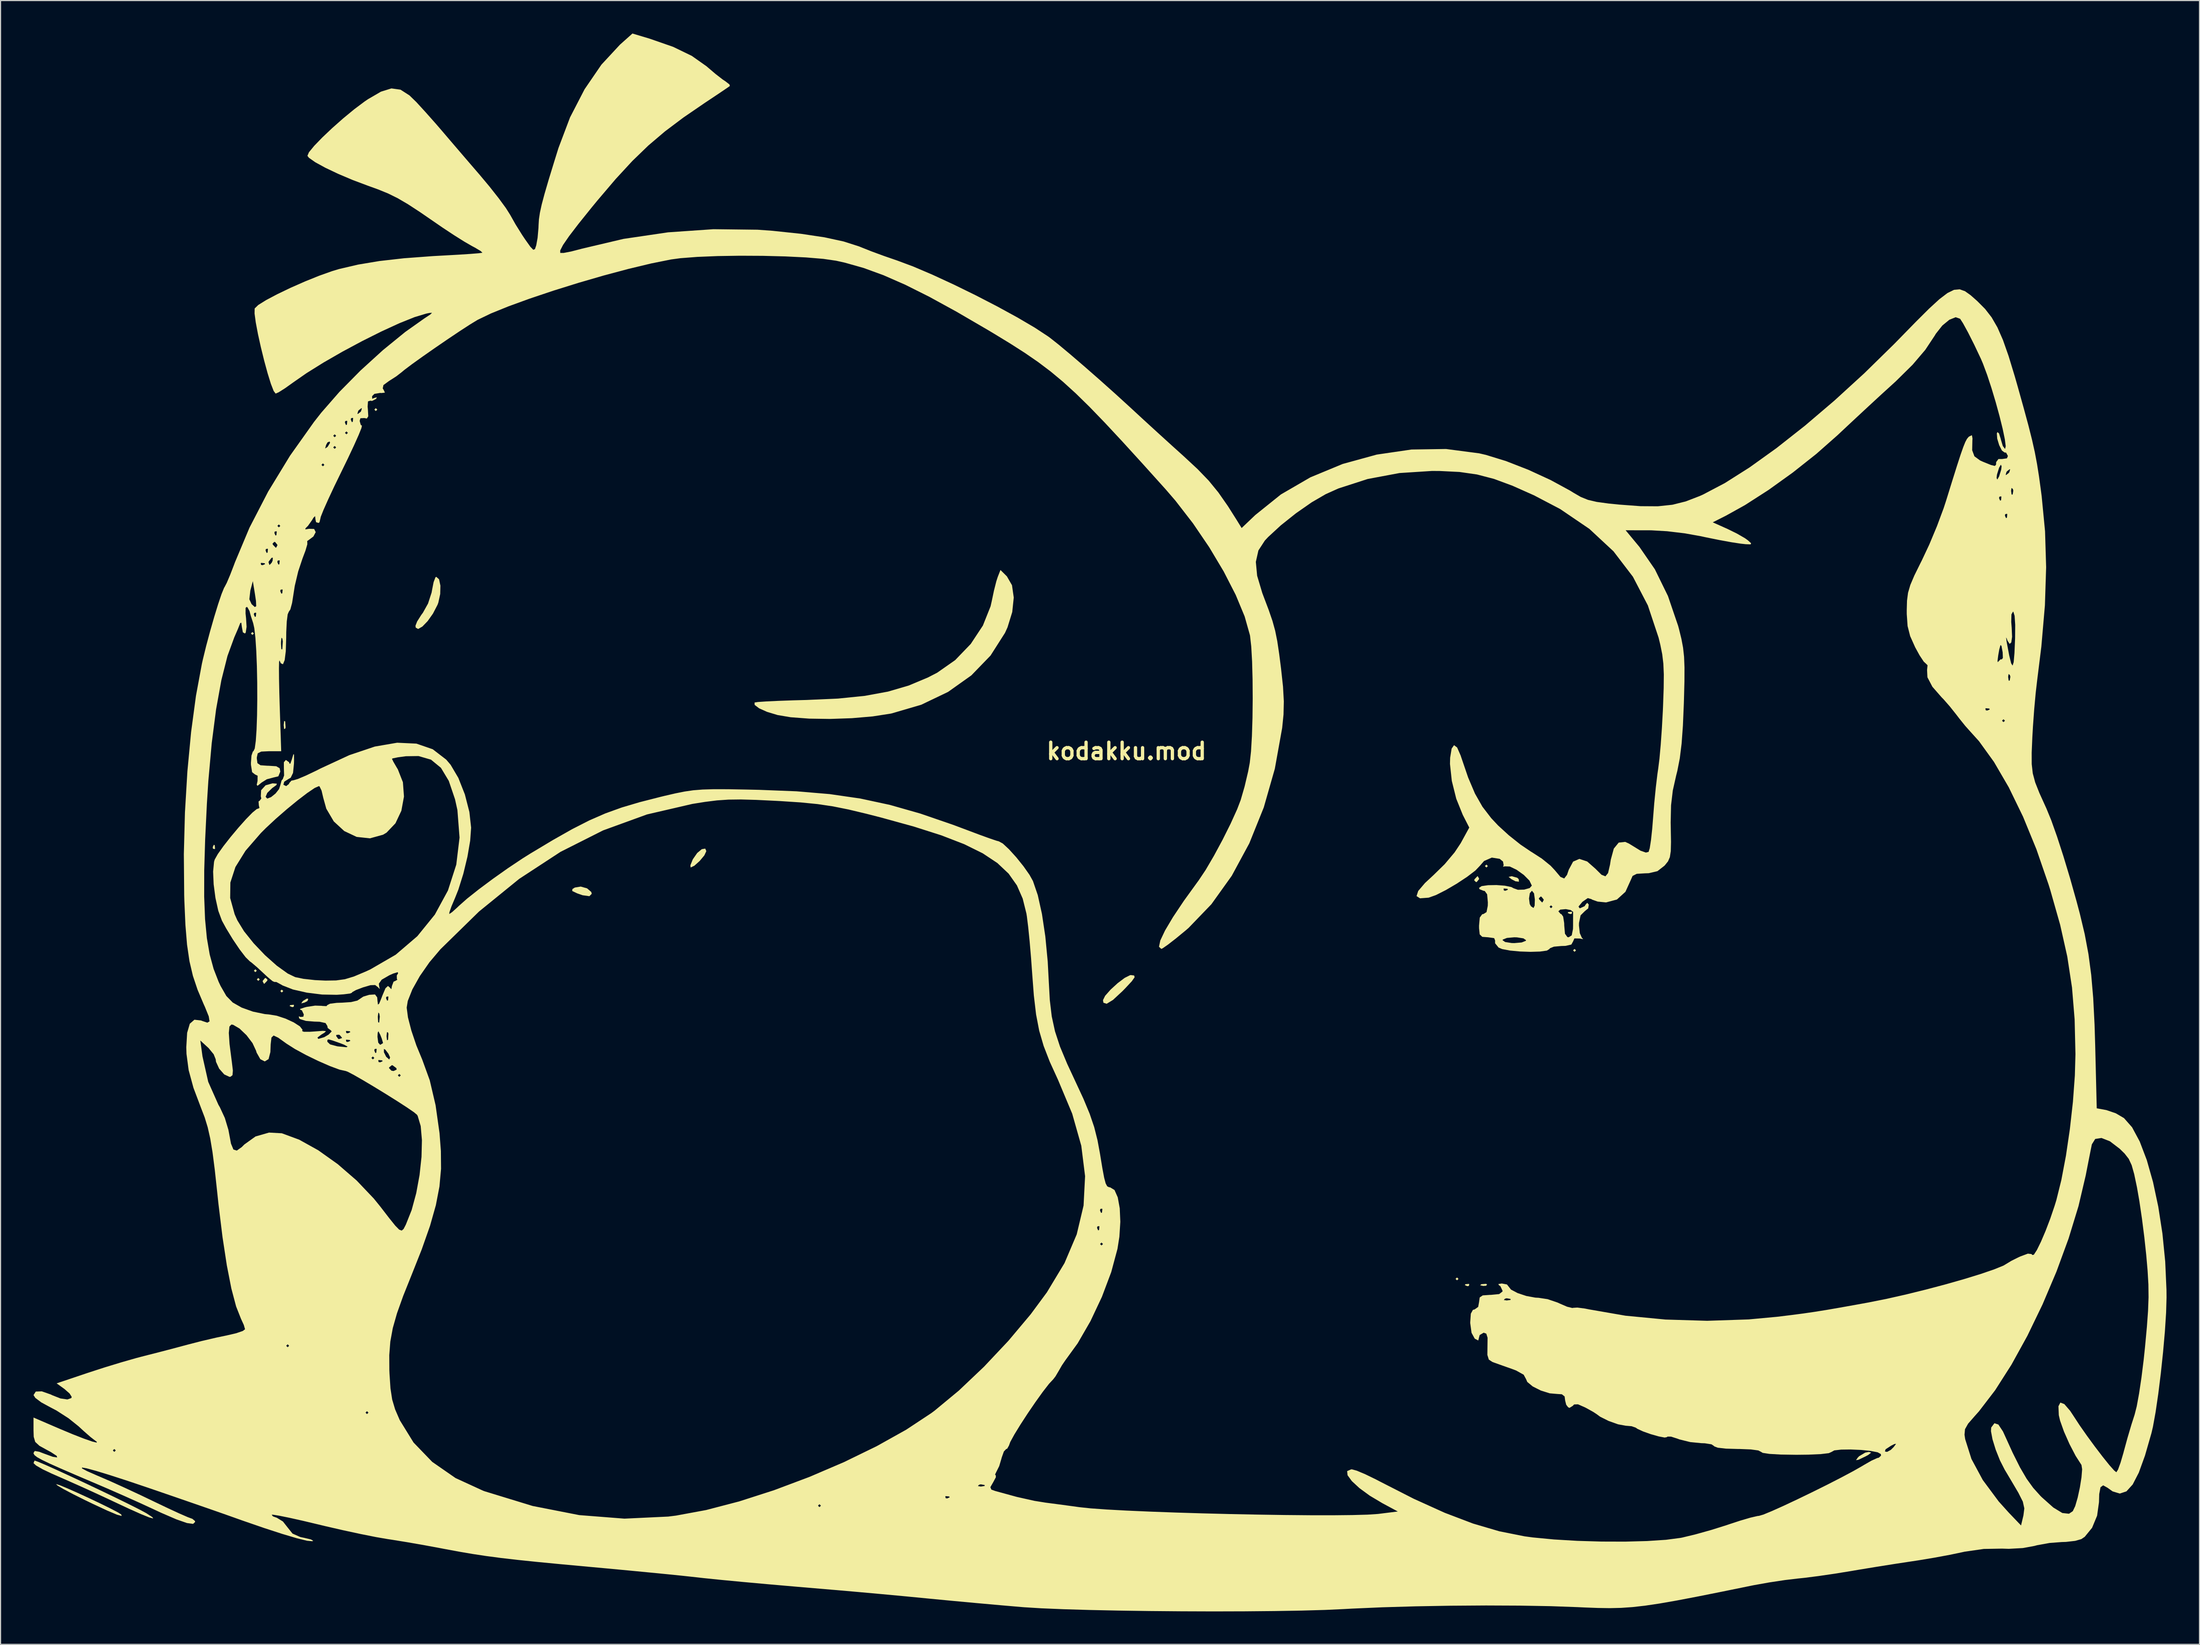
<source format=kicad_pcb>
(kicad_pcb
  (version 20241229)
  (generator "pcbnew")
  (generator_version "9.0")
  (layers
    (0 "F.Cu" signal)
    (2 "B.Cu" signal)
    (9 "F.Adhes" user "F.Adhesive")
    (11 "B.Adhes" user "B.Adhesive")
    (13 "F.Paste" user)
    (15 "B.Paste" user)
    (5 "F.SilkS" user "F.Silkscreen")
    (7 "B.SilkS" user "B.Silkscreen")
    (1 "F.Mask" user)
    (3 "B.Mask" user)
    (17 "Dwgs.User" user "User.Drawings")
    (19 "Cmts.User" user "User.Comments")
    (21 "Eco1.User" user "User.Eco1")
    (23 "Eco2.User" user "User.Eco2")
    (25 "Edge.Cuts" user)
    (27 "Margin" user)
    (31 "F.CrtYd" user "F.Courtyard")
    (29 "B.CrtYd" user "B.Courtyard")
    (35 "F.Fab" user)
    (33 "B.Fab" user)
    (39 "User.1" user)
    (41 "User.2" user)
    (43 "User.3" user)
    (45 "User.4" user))
  (footprint "kodakku.mod"
    (layer "F.Cu")
    (at 99.461 65.315)
    (property "Reference" "kodakku.mod" (at 0 0 0) (layer "F.SilkS") (effects (font (size 1.5 1.5) (thickness 0.3))))
    (attr board_only exclude_from_pos_files exclude_from_bom)
    (fp_poly (pts (xy -79.408 -10.716) (xy -79.542 -10.583) (xy -79.676 -10.716) (xy -79.542 -10.848)) (stroke (width 0) (type solid)) (fill yes) (layer "F.SilkS"))
    (fp_poly (pts (xy -79.141 19.976) (xy -79.275 20.108) (xy -79.408 19.976) (xy -79.275 19.844)) (stroke (width 0) (type solid)) (fill yes) (layer "F.SilkS"))
    (fp_poly (pts (xy -78.874 20.77) (xy -79.007 20.902) (xy -79.141 20.77) (xy -79.007 20.637)) (stroke (width 0) (type solid)) (fill yes) (layer "F.SilkS"))
    (fp_poly (pts (xy -76.735 21.828) (xy -76.868 21.96) (xy -77.002 21.828) (xy -76.868 21.696)) (stroke (width 0) (type solid)) (fill yes) (layer "F.SilkS"))
    (fp_poly (pts (xy -68.179 -31.089) (xy -68.313 -30.956) (xy -68.446 -31.089) (xy -68.313 -31.221)) (stroke (width 0) (type solid)) (fill yes) (layer "F.SilkS"))
    (fp_poly (pts (xy 30.213 48.022) (xy 30.079 48.154) (xy 29.945 48.022) (xy 30.079 47.89)) (stroke (width 0) (type solid)) (fill yes) (layer "F.SilkS"))
    (fp_poly (pts (xy 32.886 10.451) (xy 32.753 10.583) (xy 32.619 10.451) (xy 32.753 10.319)) (stroke (width 0) (type solid)) (fill yes) (layer "F.SilkS"))
    (fp_poly (pts (xy 40.907 18.124) (xy 40.774 18.256) (xy 40.64 18.124) (xy 40.774 17.992)) (stroke (width 0) (type solid)) (fill yes) (layer "F.SilkS"))
    (fp_poly (pts (xy -82.973 8.555) (xy -82.941 8.869) (xy -82.973 8.908) (xy -83.132 8.871) (xy -83.152 8.731) (xy -83.054 8.513)) (stroke (width 0) (type solid)) (fill yes) (layer "F.SilkS"))
    (fp_poly (pts (xy -76.558 -2.712) (xy -76.522 -2.17) (xy -76.558 -2.051) (xy -76.655 -2.017) (xy -76.693 -2.381) (xy -76.651 -2.757)) (stroke (width 0) (type solid)) (fill yes) (layer "F.SilkS"))
    (fp_poly (pts (xy -75.754 23.107) (xy -75.791 23.264) (xy -75.933 23.283) (xy -76.153 23.187) (xy -76.111 23.107) (xy -75.794 23.075)) (stroke (width 0) (type solid)) (fill yes) (layer "F.SilkS"))
    (fp_poly (pts (xy 31.193 48.507) (xy 31.156 48.664) (xy 31.015 48.683) (xy 30.795 48.587) (xy 30.836 48.507) (xy 31.154 48.475)) (stroke (width 0) (type solid)) (fill yes) (layer "F.SilkS"))
    (fp_poly (pts (xy 32.814 48.523) (xy 32.734 48.644) (xy 32.463 48.662) (xy 32.178 48.598) (xy 32.301 48.503) (xy 32.719 48.471)) (stroke (width 0) (type solid)) (fill yes) (layer "F.SilkS"))
    (fp_poly (pts (xy 40.551 14.64) (xy 40.514 14.798) (xy 40.373 14.817) (xy 40.153 14.72) (xy 40.194 14.64) (xy 40.512 14.609)) (stroke (width 0) (type solid)) (fill yes) (layer "F.SilkS"))
    (fp_poly (pts (xy -74.455 22.541) (xy -74.535 22.737) (xy -74.785 22.869) (xy -75.097 22.95) (xy -74.969 22.756) (xy -74.934 22.721) (xy -74.584 22.512)) (stroke (width 0) (type solid)) (fill yes) (layer "F.SilkS"))
    (fp_poly (pts (xy -78.163 20.8) (xy -78.205 20.902) (xy -78.446 21.154) (xy -78.488 21.167) (xy -78.603 20.962) (xy -78.606 20.902) (xy -78.401 20.648) (xy -78.323 20.637)) (stroke (width 0) (type solid)) (fill yes) (layer "F.SilkS"))
    (fp_poly (pts (xy 32.081 11.582) (xy 32.084 11.642) (xy 31.879 11.896) (xy 31.801 11.906) (xy 31.641 11.744) (xy 31.683 11.642) (xy 31.923 11.389) (xy 31.966 11.377)) (stroke (width 0) (type solid)) (fill yes) (layer "F.SilkS"))
    (fp_poly (pts (xy 35.56 11.516) (xy 35.694 11.642) (xy 35.715 11.875) (xy 35.396 11.837) (xy 35.025 11.642) (xy 34.775 11.436) (xy 35.016 11.382) (xy 35.076 11.381)) (stroke (width 0) (type solid)) (fill yes) (layer "F.SilkS"))
    (fp_poly (pts (xy 67.767 63.832) (xy 67.499 64.045) (xy 67.279 64.163) (xy 66.619 64.48) (xy 66.387 64.519) (xy 66.553 64.281) (xy 66.67 64.161) (xy 67.224 63.831) (xy 67.558 63.766)) (stroke (width 0) (type solid)) (fill yes) (layer "F.SilkS"))
    (fp_poly (pts (xy -49.087 12.48) (xy -48.706 12.807) (xy -48.661 12.974) (xy -48.874 13.194) (xy -49.499 13.106) (xy -49.998 12.931) (xy -50.44 12.718) (xy -50.42 12.545) (xy -50.202 12.407) (xy -49.664 12.318)) (stroke (width 0) (type solid)) (fill yes) (layer "F.SilkS"))
    (fp_poly (pts (xy -38.234 9.09) (xy -38.415 9.481) (xy -38.838 9.987) (xy -39.32 10.418) (xy -39.661 10.583) (xy -39.685 10.382) (xy -39.488 9.89) (xy -39.454 9.822) (xy -39.065 9.262) (xy -38.651 8.917) (xy -38.335 8.861)) (stroke (width 0) (type solid)) (fill yes) (layer "F.SilkS"))
    (fp_poly (pts (xy 0.7 20.411) (xy 0.741 20.573) (xy 0.486 20.934) (xy -0.103 21.566) (xy -0.363 21.832) (xy -1.226 22.632) (xy -1.804 22.984) (xy -2.098 22.889) (xy -2.139 22.653) (xy -1.942 22.257) (xy -1.448 21.699) (xy -0.807 21.112) (xy -0.165 20.629) (xy 0.328 20.382) (xy 0.402 20.373)) (stroke (width 0) (type solid)) (fill yes) (layer "F.SilkS"))
    (fp_poly (pts (xy -97.069 66.799) (xy -96.382 67.083) (xy -95.457 67.493) (xy -94.415 67.972) (xy -93.375 68.465) (xy -92.458 68.916) (xy -91.783 69.269) (xy -91.476 69.462) (xy -91.439 69.599) (xy -91.865 69.48) (xy -92.755 69.105) (xy -94.111 68.473) (xy -94.782 68.149) (xy -95.872 67.605) (xy -96.726 67.153) (xy -97.265 66.836) (xy -97.41 66.699) (xy -97.398 66.696)) (stroke (width 0) (type solid)) (fill yes) (layer "F.SilkS"))
    (fp_poly (pts (xy -62.557 -15.646) (xy -62.433 -15.067) (xy -62.452 -14.304) (xy -62.622 -13.522) (xy -62.695 -13.326) (xy -63.111 -12.523) (xy -63.596 -11.838) (xy -64.072 -11.347) (xy -64.459 -11.125) (xy -64.68 -11.247) (xy -64.703 -11.418) (xy -64.552 -11.807) (xy -64.175 -12.403) (xy -64.031 -12.595) (xy -63.559 -13.44) (xy -63.234 -14.44) (xy -63.193 -14.671) (xy -63.053 -15.385) (xy -62.889 -15.816) (xy -62.816 -15.875)) (stroke (width 0) (type solid)) (fill yes) (layer "F.SilkS"))
    (fp_poly (pts (xy -99.033 64.669) (xy -98.321 64.972) (xy -97.308 65.427) (xy -96.083 65.991) (xy -94.734 66.621) (xy -93.351 67.277) (xy -92.022 67.916) (xy -90.838 68.497) (xy -89.885 68.976) (xy -89.254 69.313) (xy -89.167 69.364) (xy -88.644 69.707) (xy -88.572 69.826) (xy -88.923 69.732) (xy -89.667 69.432) (xy -90.776 68.938) (xy -91.44 68.628) (xy -92.872 67.956) (xy -94.056 67.409) (xy -95.182 66.898) (xy -96.44 66.339) (xy -97.79 65.747) (xy -98.627 65.35) (xy -99.226 65.006) (xy -99.461 64.789) (xy -99.461 64.787) (xy -99.368 64.56) (xy -99.355 64.558)) (stroke (width 0) (type solid)) (fill yes) (layer "F.SilkS"))
    (fp_poly (pts (xy -10.881 -15.912) (xy -10.418 -15.106) (xy -10.258 -13.985) (xy -10.395 -12.667) (xy -10.827 -11.27) (xy -11.055 -10.769) (xy -12.37 -8.707) (xy -14.115 -6.904) (xy -16.235 -5.398) (xy -18.674 -4.23) (xy -21.375 -3.439) (xy -21.463 -3.421) (xy -23.103 -3.167) (xy -24.991 -3.006) (xy -26.967 -2.938) (xy -28.875 -2.966) (xy -30.557 -3.092) (xy -31.741 -3.29) (xy -32.698 -3.577) (xy -33.431 -3.905) (xy -33.838 -4.217) (xy -33.845 -4.431) (xy -33.55 -4.478) (xy -32.809 -4.529) (xy -31.713 -4.581) (xy -30.35 -4.63) (xy -29.11 -4.664) (xy -26.243 -4.791) (xy -23.804 -5.039) (xy -21.695 -5.427) (xy -19.817 -5.977) (xy -18.074 -6.708) (xy -17.223 -7.147) (xy -15.591 -8.289) (xy -14.174 -9.76) (xy -13.067 -11.435) (xy -12.367 -13.188) (xy -12.26 -13.661) (xy -12.057 -14.625) (xy -11.844 -15.464) (xy -11.718 -15.853) (xy -11.468 -16.493)) (stroke (width 0) (type solid)) (fill yes) (layer "F.SilkS"))
    (fp_poly (pts (xy -43.4 -64.848) (xy -41.254 -64.102) (xy -39.555 -63.278) (xy -38.214 -62.332) (xy -38.11 -62.241) (xy -37.389 -61.628) (xy -36.751 -61.134) (xy -36.478 -60.951) (xy -36.126 -60.676) (xy -36.095 -60.537) (xy -36.362 -60.349) (xy -36.969 -59.938) (xy -37.813 -59.374) (xy -38.367 -59.006) (xy -40.316 -57.672) (xy -41.996 -56.409) (xy -43.513 -55.12) (xy -44.974 -53.707) (xy -46.483 -52.072) (xy -48.146 -50.118) (xy -48.661 -49.492) (xy -49.861 -48) (xy -50.725 -46.87) (xy -51.275 -46.071) (xy -51.532 -45.571) (xy -51.527 -45.346) (xy -51.22 -45.346) (xy -50.544 -45.476) (xy -49.639 -45.709) (xy -49.556 -45.733) (xy -45.773 -46.624) (xy -41.723 -47.221) (xy -37.594 -47.506) (xy -33.576 -47.46) (xy -32.218 -47.362) (xy -29.614 -47.087) (xy -27.478 -46.767) (xy -25.743 -46.39) (xy -24.343 -45.943) (xy -24.052 -45.825) (xy -23.185 -45.481) (xy -22.049 -45.064) (xy -20.886 -44.662) (xy -20.85 -44.65) (xy -19.401 -44.109) (xy -17.655 -43.364) (xy -15.723 -42.472) (xy -13.716 -41.489) (xy -11.743 -40.469) (xy -9.915 -39.469) (xy -8.341 -38.544) (xy -7.133 -37.75) (xy -6.952 -37.618) (xy -6.166 -36.996) (xy -5.086 -36.094) (xy -3.806 -34.995) (xy -2.421 -33.781) (xy -1.027 -32.536) (xy 0.282 -31.342) (xy 0.539 -31.105) (xy 1.568 -30.155) (xy 2.825 -29.005) (xy 4.139 -27.81) (xy 5.184 -26.868) (xy 6.472 -25.673) (xy 7.486 -24.622) (xy 8.36 -23.553) (xy 9.231 -22.304) (xy 10.012 -21.07) (xy 10.48 -20.312) (xy 11.724 -21.496) (xy 14.055 -23.369) (xy 16.738 -24.926) (xy 19.677 -26.143) (xy 22.777 -26.995) (xy 25.942 -27.457) (xy 29.077 -27.504) (xy 32.087 -27.111) (xy 32.708 -26.967) (xy 34.541 -26.403) (xy 36.575 -25.61) (xy 38.59 -24.683) (xy 40.364 -23.718) (xy 40.69 -23.516) (xy 41.343 -23.139) (xy 41.994 -22.876) (xy 42.789 -22.689) (xy 43.873 -22.541) (xy 44.84 -22.444) (xy 46.784 -22.3) (xy 48.348 -22.29) (xy 49.672 -22.429) (xy 50.897 -22.734) (xy 52.165 -23.223) (xy 52.472 -23.36) (xy 54.456 -24.404) (xy 56.701 -25.827) (xy 59.15 -27.583) (xy 61.746 -29.628) (xy 64.431 -31.916) (xy 67.148 -34.401) (xy 69.84 -37.038) (xy 70.323 -37.531) (xy 71.833 -39.077) (xy 73.03 -40.269) (xy 73.971 -41.133) (xy 74.712 -41.698) (xy 75.309 -41.989) (xy 75.821 -42.036) (xy 76.303 -41.865) (xy 76.813 -41.504) (xy 77.407 -40.979) (xy 77.433 -40.955) (xy 78.134 -40.251) (xy 78.729 -39.485) (xy 79.257 -38.571) (xy 79.759 -37.427) (xy 80.272 -35.969) (xy 80.837 -34.113) (xy 81.109 -33.162) (xy 81.657 -31.199) (xy 82.082 -29.63) (xy 82.407 -28.34) (xy 82.659 -27.215) (xy 82.862 -26.139) (xy 83.042 -24.999) (xy 83.222 -23.679) (xy 83.284 -23.204) (xy 83.591 -20.017) (xy 83.69 -16.747) (xy 83.579 -13.285) (xy 83.255 -9.526) (xy 82.877 -6.482) (xy 82.74 -5.303) (xy 82.604 -3.817) (xy 82.49 -2.246) (xy 82.434 -1.258) (xy 82.375 0.132) (xy 82.378 1.17) (xy 82.474 2.018) (xy 82.695 2.84) (xy 83.075 3.799) (xy 83.645 5.057) (xy 83.716 5.212) (xy 84.156 6.286) (xy 84.684 7.772) (xy 85.265 9.565) (xy 85.867 11.56) (xy 86.456 13.654) (xy 86.762 14.807) (xy 87.201 16.65) (xy 87.54 18.459) (xy 87.793 20.356) (xy 87.974 22.461) (xy 88.097 24.893) (xy 88.154 26.766) (xy 88.295 32.497) (xy 89.172 32.659) (xy 90.027 32.95) (xy 90.775 33.388) (xy 91.511 34.224) (xy 92.207 35.519) (xy 92.848 37.203) (xy 93.417 39.208) (xy 93.897 41.462) (xy 94.273 43.896) (xy 94.526 46.44) (xy 94.641 49.026) (xy 94.647 49.718) (xy 94.607 51.095) (xy 94.498 52.787) (xy 94.333 54.664) (xy 94.128 56.599) (xy 93.897 58.464) (xy 93.653 60.131) (xy 93.411 61.47) (xy 93.277 62.045) (xy 92.686 64.1) (xy 92.123 65.654) (xy 91.567 66.731) (xy 90.998 67.357) (xy 90.395 67.558) (xy 89.739 67.359) (xy 89.279 67.031) (xy 88.882 66.808) (xy 88.638 66.984) (xy 88.521 67.605) (xy 88.499 68.342) (xy 88.329 69.569) (xy 87.871 70.674) (xy 87.204 71.492) (xy 86.888 71.705) (xy 86.331 71.863) (xy 85.496 71.958) (xy 85.108 71.97) (xy 84.007 72.053) (xy 82.873 72.257) (xy 82.617 72.325) (xy 81.567 72.517) (xy 80.294 72.587) (xy 79.676 72.568) (xy 78.016 72.597) (xy 76.278 72.846) (xy 76.066 72.893) (xy 74.931 73.131) (xy 73.511 73.394) (xy 72.05 73.637) (xy 71.521 73.717) (xy 70.034 73.942) (xy 68.302 74.216) (xy 66.609 74.494) (xy 65.906 74.614) (xy 64.468 74.847) (xy 62.993 75.062) (xy 61.697 75.227) (xy 61.094 75.29) (xy 59.917 75.429) (xy 58.49 75.645) (xy 57.085 75.896) (xy 56.816 75.95) (xy 54.134 76.497) (xy 51.903 76.942) (xy 50.053 77.295) (xy 48.51 77.564) (xy 47.203 77.759) (xy 46.061 77.888) (xy 45.011 77.961) (xy 43.982 77.985) (xy 42.903 77.969) (xy 41.702 77.924) (xy 41.041 77.893) (xy 38.617 77.806) (xy 35.796 77.756) (xy 32.715 77.743) (xy 29.511 77.764) (xy 26.32 77.82) (xy 23.28 77.908) (xy 20.526 78.028) (xy 19.785 78.069) (xy 18.066 78.148) (xy 15.935 78.208) (xy 13.476 78.25) (xy 10.776 78.274) (xy 7.918 78.282) (xy 4.989 78.272) (xy 2.074 78.248) (xy -0.744 78.207) (xy -3.378 78.152) (xy -5.743 78.082) (xy -7.755 77.999) (xy -9.328 77.902) (xy -9.492 77.889) (xy -11.4 77.725) (xy -13.593 77.529) (xy -15.822 77.323) (xy -17.839 77.13) (xy -18.181 77.097) (xy -20.111 76.91) (xy -22.282 76.708) (xy -24.454 76.512) (xy -26.385 76.343) (xy -26.737 76.314) (xy -29.942 76.042) (xy -32.666 75.805) (xy -34.962 75.597) (xy -36.881 75.414) (xy -38.478 75.251) (xy -39.571 75.129) (xy -40.469 75.032) (xy -41.798 74.897) (xy -43.456 74.735) (xy -45.34 74.554) (xy -47.349 74.366) (xy -48.928 74.221) (xy -51.511 73.983) (xy -53.649 73.777) (xy -55.431 73.592) (xy -56.943 73.417) (xy -58.275 73.241) (xy -59.515 73.053) (xy -60.751 72.842) (xy -62.07 72.597) (xy -62.431 72.528) (xy -63.881 72.259) (xy -65.434 71.988) (xy -66.826 71.762) (xy -67.243 71.699) (xy -68.283 71.52) (xy -69.682 71.241) (xy -71.283 70.896) (xy -72.93 70.517) (xy -73.525 70.374) (xy -74.936 70.038) (xy -76.156 69.765) (xy -77.095 69.574) (xy -77.664 69.482) (xy -77.791 69.484) (xy -77.671 69.633) (xy -77.314 69.762) (xy -76.763 70.101) (xy -76.329 70.653) (xy -75.89 71.201) (xy -75.183 71.513) (xy -74.802 71.594) (xy -74.214 71.733) (xy -74.012 71.853) (xy -74.09 71.895) (xy -74.566 71.852) (xy -75.492 71.626) (xy -76.821 71.231) (xy -78.507 70.682) (xy -80.501 69.994) (xy -81.28 69.716) (xy -82.138 69.412) (xy -83.392 68.974) (xy -84.936 68.439) (xy -86.66 67.843) (xy -88.456 67.226) (xy -89.014 67.035) (xy -90.952 66.382) (xy -92.548 65.866) (xy -93.777 65.491) (xy -94.619 65.263) (xy -95.05 65.188) (xy -95.048 65.27) (xy -94.59 65.515) (xy -93.653 65.927) (xy -93.427 66.022) (xy -92.439 66.45) (xy -91.146 67.036) (xy -89.72 67.7) (xy -88.423 68.321) (xy -87.229 68.891) (xy -86.202 69.365) (xy -85.439 69.698) (xy -85.039 69.846) (xy -85.014 69.85) (xy -84.768 70.055) (xy -84.756 70.143) (xy -84.938 70.317) (xy -85.499 70.24) (xy -86.463 69.904) (xy -87.852 69.303) (xy -88.499 69.002) (xy -89.735 68.432) (xy -91.239 67.757) (xy -92.787 67.079) (xy -93.713 66.682) (xy -95.552 65.898) (xy -96.957 65.291) (xy -97.983 64.833) (xy -98.688 64.494) (xy -99.13 64.248) (xy -99.366 64.066) (xy -99.454 63.919) (xy -99.461 63.861) (xy -99.349 63.682) (xy -98.94 63.754) (xy -98.534 63.91) (xy -97.71 64.21) (xy -97.309 64.273) (xy -97.357 64.123) (xy -97.88 63.782) (xy -98.159 63.632) (xy -92.242 63.632) (xy -92.108 63.765) (xy -91.975 63.632) (xy -92.108 63.5) (xy -92.242 63.632) (xy -98.159 63.632) (xy -98.191 63.615) (xy -98.929 63.207) (xy -99.306 62.857) (xy -99.443 62.392) (xy -99.461 61.8) (xy -99.461 60.639) (xy -97.122 61.647) (xy -95.889 62.163) (xy -94.868 62.561) (xy -94.122 62.821) (xy -93.714 62.921) (xy -93.705 62.841) (xy -93.846 62.742) (xy -94.256 62.425) (xy -94.884 61.877) (xy -95.365 61.434) (xy -96.276 60.704) (xy -97.071 60.193) (xy -69.248 60.193) (xy -69.115 60.325) (xy -68.981 60.193) (xy -69.115 60.06) (xy -69.248 60.193) (xy -97.071 60.193) (xy -97.371 60) (xy -97.972 59.684) (xy -98.756 59.258) (xy -99.295 58.853) (xy -99.461 58.597) (xy -99.257 58.275) (xy -98.706 58.255) (xy -97.899 58.538) (xy -97.759 58.607) (xy -97.009 58.902) (xy -96.379 58.993) (xy -96.02 58.868) (xy -95.985 58.76) (xy -96.181 58.449) (xy -96.653 58.035) (xy -96.671 58.023) (xy -97.357 57.528) (xy -94.465 56.555) (xy -93.022 56.087) (xy -91.493 55.621) (xy -90.105 55.224) (xy -89.435 55.048) (xy -89.085 54.959) (xy -67.087 54.959) (xy -67.08 56.311) (xy -67.066 56.648) (xy -66.978 57.984) (xy -66.823 58.998) (xy -66.555 59.896) (xy -66.13 60.881) (xy -64.876 62.914) (xy -63.176 64.676) (xy -61.057 66.146) (xy -58.546 67.3) (xy -58.424 67.345) (xy -54.044 68.686) (xy -49.8 69.518) (xy -45.688 69.84) (xy -41.704 69.652) (xy -40.994 69.563) (xy -38.253 69.057) (xy -36.73 68.659) (xy -28.074 68.659) (xy -27.94 68.792) (xy -27.806 68.659) (xy -27.94 68.527) (xy -28.074 68.659) (xy -36.73 68.659) (xy -35.241 68.271) (xy -33.844 67.822) (xy -16.488 67.822) (xy -16.451 67.979) (xy -16.309 67.998) (xy -16.089 67.901) (xy -16.131 67.822) (xy -16.449 67.79) (xy -16.488 67.822) (xy -33.844 67.822) (xy -32.07 67.251) (xy -31.072 66.876) (xy -13.52 66.876) (xy -13.257 66.919) (xy -12.91 66.87) (xy -12.906 66.78) (xy -13.264 66.717) (xy -13.419 66.759) (xy -13.52 66.876) (xy -31.072 66.876) (xy -28.853 66.043) (xy -25.702 64.693) (xy -22.729 63.245) (xy -20.047 61.747) (xy -17.769 60.242) (xy -17.466 60.017) (xy -15.257 58.188) (xy -12.97 56.019) (xy -10.744 53.655) (xy -8.715 51.239) (xy -7.243 49.246) (xy -5.64 46.585) (xy -4.902 44.847) (xy -2.406 44.847) (xy -2.273 44.979) (xy -2.139 44.847) (xy -2.273 44.715) (xy -2.406 44.847) (xy -4.902 44.847) (xy -4.528 43.968) (xy -4.391 43.392) (xy -2.674 43.392) (xy -2.576 43.609) (xy -2.495 43.568) (xy -2.463 43.254) (xy -2.495 43.215) (xy -2.654 43.252) (xy -2.674 43.392) (xy -4.391 43.392) (xy -4.013 41.804) (xy -2.406 41.804) (xy -2.308 42.022) (xy -2.228 41.981) (xy -2.196 41.667) (xy -2.228 41.628) (xy -2.387 41.664) (xy -2.406 41.804) (xy -4.013 41.804) (xy -3.905 41.347) (xy -3.767 38.675) (xy -4.112 35.904) (xy -4.939 32.987) (xy -6.233 29.898) (xy -6.982 28.257) (xy -7.539 26.82) (xy -7.942 25.437) (xy -8.226 23.959) (xy -8.429 22.235) (xy -8.571 20.373) (xy -8.684 18.812) (xy -8.812 17.308) (xy -8.944 16) (xy -9.065 15.026) (xy -9.106 14.769) (xy -9.444 13.413) (xy -9.97 12.212) (xy -10.724 11.142) (xy -11.748 10.177) (xy -13.082 9.291) (xy -14.768 8.459) (xy -16.846 7.656) (xy -19.358 6.855) (xy -22.344 6.031) (xy -23.656 5.695) (xy -25.293 5.304) (xy -26.717 5.018) (xy -28.108 4.812) (xy -29.643 4.66) (xy -31.5 4.538) (xy -31.909 4.516) (xy -33.69 4.43) (xy -35.081 4.391) (xy -36.225 4.405) (xy -37.266 4.476) (xy -38.348 4.611) (xy -39.505 4.796) (xy -43.633 5.753) (xy -47.628 7.205) (xy -51.502 9.158) (xy -55.262 11.617) (xy -58.918 14.588) (xy -62.431 18.024) (xy -63.431 19.207) (xy -64.306 20.464) (xy -64.986 21.677) (xy -65.403 22.727) (xy -65.502 23.333) (xy -65.386 24.224) (xy -65.076 25.425) (xy -64.621 26.773) (xy -64.081 28.081) (xy -63.403 29.949) (xy -62.872 32.216) (xy -62.513 34.763) (xy -62.39 36.38) (xy -62.375 38.001) (xy -62.52 39.613) (xy -62.846 41.31) (xy -63.376 43.187) (xy -64.133 45.339) (xy -65.044 47.635) (xy -65.82 49.572) (xy -66.385 51.154) (xy -66.767 52.499) (xy -66.992 53.728) (xy -67.087 54.959) (xy -89.085 54.959) (xy -88.098 54.708) (xy -86.654 54.331) (xy -85.82 54.107) (xy -76.467 54.107) (xy -76.334 54.24) (xy -76.2 54.107) (xy -76.334 53.975) (xy -76.467 54.107) (xy -85.82 54.107) (xy -85.424 54.001) (xy -84.167 53.678) (xy -82.816 53.363) (xy -81.882 53.168) (xy -81.02 52.968) (xy -80.417 52.761) (xy -80.211 52.605) (xy -80.324 52.213) (xy -80.583 51.647) (xy -81.025 50.528) (xy -81.456 48.901) (xy -81.87 46.787) (xy -82.263 44.208) (xy -82.633 41.183) (xy -82.75 40.084) (xy -82.968 38.077) (xy -83.171 36.497) (xy -83.379 35.246) (xy -83.61 34.224) (xy -83.883 33.33) (xy -84.185 32.544) (xy -84.905 30.637) (xy -85.345 29.018) (xy -85.54 27.543) (xy -85.558 26.936) (xy -85.522 26.326) (xy -84.281 26.326) (xy -84.084 27.776) (xy -83.563 30.086) (xy -82.633 32.178) (xy -82.5 32.406) (xy -82.05 33.379) (xy -81.727 34.451) (xy -81.683 34.686) (xy -81.491 35.712) (xy -81.267 36.251) (xy -80.96 36.343) (xy -80.517 36.031) (xy -80.276 35.789) (xy -79.257 35.059) (xy -78.027 34.706) (xy -76.863 34.77) (xy -75.284 35.352) (xy -73.551 36.316) (xy -71.771 37.583) (xy -70.051 39.073) (xy -68.498 40.706) (xy -67.911 41.429) (xy -67.095 42.488) (xy -66.542 43.176) (xy -66.184 43.54) (xy -65.954 43.625) (xy -65.786 43.48) (xy -65.613 43.15) (xy -65.57 43.061) (xy -65.05 41.756) (xy -64.633 40.218) (xy -64.33 38.566) (xy -64.153 36.918) (xy -64.115 35.395) (xy -64.226 34.114) (xy -64.5 33.194) (xy -64.561 33.087) (xy -64.842 32.853) (xy -65.476 32.418) (xy -66.359 31.846) (xy -67.387 31.201) (xy -68.456 30.547) (xy -69.461 29.948) (xy -70.241 29.501) (xy -66.307 29.501) (xy -66.174 29.633) (xy -66.04 29.501) (xy -66.174 29.369) (xy -66.307 29.501) (xy -70.241 29.501) (xy -70.299 29.467) (xy -70.866 29.17) (xy -71.045 29.104) (xy -71.604 28.981) (xy -71.986 28.84) (xy -67.109 28.84) (xy -66.892 29.072) (xy -66.693 29.104) (xy -66.416 28.976) (xy -66.441 28.84) (xy -66.783 28.585) (xy -66.858 28.575) (xy -67.102 28.777) (xy -67.109 28.84) (xy -71.986 28.84) (xy -72.485 28.655) (xy -73.549 28.189) (xy -73.663 28.134) (xy -68.09 28.134) (xy -68.053 28.291) (xy -67.912 28.31) (xy -67.692 28.214) (xy -67.733 28.134) (xy -68.051 28.102) (xy -68.09 28.134) (xy -73.663 28.134) (xy -74.116 27.914) (xy -68.714 27.914) (xy -68.58 28.046) (xy -68.446 27.914) (xy -68.58 27.781) (xy -68.714 27.914) (xy -74.116 27.914) (xy -74.658 27.65) (xy -75.39 27.252) (xy -68.446 27.252) (xy -68.348 27.47) (xy -68.268 27.428) (xy -68.265 27.396) (xy -67.574 27.396) (xy -67.368 27.807) (xy -67.105 28.043) (xy -67.079 28.046) (xy -67.011 27.863) (xy -67.164 27.529) (xy -67.447 27.159) (xy -67.574 27.094) (xy -67.574 27.396) (xy -68.265 27.396) (xy -68.236 27.114) (xy -68.268 27.076) (xy -68.427 27.112) (xy -68.446 27.252) (xy -75.39 27.252) (xy -75.671 27.1) (xy -76.448 26.605) (xy -76.683 26.436) (xy -72.724 26.436) (xy -72.724 26.44) (xy -72.476 26.679) (xy -71.806 26.858) (xy -70.986 26.94) (xy -70.877 26.881) (xy -71.206 26.704) (xy -71.521 26.583) (xy -72.247 26.326) (xy -72.404 26.282) (xy -71.031 26.282) (xy -70.994 26.439) (xy -70.853 26.458) (xy -70.633 26.362) (xy -70.674 26.282) (xy -70.992 26.25) (xy -71.031 26.282) (xy -72.404 26.282) (xy -72.601 26.226) (xy -72.716 26.268) (xy -72.724 26.436) (xy -76.683 26.436) (xy -77.191 26.072) (xy -77.612 25.872) (xy -77.808 26.058) (xy -77.88 26.682) (xy -77.907 27.384) (xy -78.071 28.019) (xy -78.416 28.23) (xy -78.819 28.029) (xy -79.159 27.429) (xy -79.211 27.252) (xy -79.532 26.564) (xy -80.08 25.842) (xy -80.714 25.237) (xy -81.292 24.899) (xy -81.453 24.871) (xy -81.632 25.056) (xy -81.689 25.637) (xy -81.622 26.653) (xy -81.431 28.143) (xy -81.416 28.244) (xy -81.319 29.062) (xy -81.353 29.483) (xy -81.535 29.626) (xy -81.631 29.633) (xy -82.107 29.413) (xy -82.568 28.888) (xy -82.855 28.263) (xy -82.884 28.033) (xy -83.068 27.578) (xy -83.518 27.029) (xy -83.583 26.967) (xy -84.281 26.326) (xy -85.522 26.326) (xy -85.481 25.626) (xy -85.239 24.8) (xy -84.819 24.435) (xy -84.207 24.507) (xy -84.117 24.545) (xy -83.64 24.703) (xy -83.441 24.584) (xy -83.515 24.13) (xy -83.856 23.285) (xy -83.977 23.019) (xy -84.532 21.709) (xy -84.956 20.444) (xy -85.269 19.112) (xy -85.49 17.604) (xy -85.638 15.81) (xy -85.734 13.621) (xy -85.745 13.237) (xy -83.93 13.237) (xy -83.851 15.274) (xy -83.685 17.011) (xy -83.427 18.504) (xy -83.072 19.809) (xy -82.617 20.981) (xy -82.435 21.367) (xy -81.911 22.278) (xy -81.33 22.871) (xy -80.513 23.334) (xy -79.492 23.698) (xy -78.403 23.924) (xy -78.05 23.954) (xy -77.325 24.072) (xy -76.525 24.336) (xy -75.78 24.68) (xy -75.221 25.04) (xy -74.98 25.35) (xy -75.018 25.465) (xy -74.872 25.531) (xy -74.332 25.534) (xy -73.881 25.504) (xy -73.131 25.447) (xy -72.848 25.471) (xy -72.967 25.605) (xy -73.259 25.783) (xy -73.624 26.059) (xy -73.55 26.175) (xy -73.526 26.176) (xy -73.007 26.025) (xy -72.818 25.914) (xy -71.922 25.914) (xy -71.728 26.183) (xy -71.655 26.194) (xy -71.394 26.103) (xy -71.387 26.077) (xy -71.455 25.995) (xy -68.16 25.995) (xy -68.09 26.523) (xy -67.912 26.723) (xy -67.666 26.573) (xy -67.663 26.524) (xy -67.774 26.142) (xy -67.859 25.929) (xy -67.335 25.929) (xy -67.293 26.305) (xy -67.2 26.26) (xy -67.164 25.718) (xy -67.2 25.598) (xy -67.297 25.565) (xy -67.335 25.929) (xy -67.859 25.929) (xy -67.912 25.797) (xy -68.076 25.483) (xy -68.143 25.629) (xy -68.16 25.995) (xy -71.455 25.995) (xy -71.575 25.851) (xy -71.655 25.797) (xy -71.901 25.818) (xy -71.922 25.914) (xy -72.818 25.914) (xy -72.606 25.788) (xy -72.328 25.502) (xy -72.338 25.488) (xy -71.031 25.488) (xy -70.994 25.645) (xy -70.853 25.665) (xy -70.633 25.568) (xy -70.674 25.488) (xy -70.992 25.457) (xy -71.031 25.488) (xy -72.338 25.488) (xy -72.406 25.4) (xy -72.688 25.187) (xy -72.724 25.003) (xy -72.884 24.74) (xy -73.424 24.621) (xy -73.912 24.606) (xy -74.674 24.543) (xy -75.195 24.383) (xy -75.29 24.301) (xy -75.306 24.209) (xy -68.127 24.209) (xy -68.098 24.661) (xy -68.014 24.701) (xy -68.004 24.677) (xy -67.951 24.152) (xy -67.994 23.884) (xy -68.079 23.776) (xy -68.125 24.127) (xy -68.127 24.209) (xy -75.306 24.209) (xy -75.321 24.12) (xy -75.172 24.184) (xy -74.907 24.16) (xy -74.863 23.96) (xy -75.039 23.583) (xy -75.197 23.521) (xy -75.195 23.452) (xy -74.777 23.314) (xy -74.596 23.268) (xy -73.833 23.152) (xy -73.23 23.171) (xy -73.192 23.181) (xy -72.803 23.199) (xy -72.723 23.103) (xy -72.482 22.979) (xy -71.866 22.9) (xy -71.375 22.884) (xy -70.564 22.83) (xy -69.988 22.693) (xy -69.839 22.593) (xy -69.455 22.334) (xy -68.914 22.169) (xy -68.383 22.136) (xy -68.186 22.4) (xy -68.158 22.725) (xy -68.118 23.059) (xy -68.005 22.971) (xy -67.81 22.49) (xy -67.377 22.49) (xy -67.279 22.707) (xy -67.199 22.666) (xy -67.167 22.352) (xy -67.199 22.313) (xy -67.358 22.35) (xy -67.377 22.49) (xy -67.81 22.49) (xy -67.783 22.423) (xy -67.724 22.261) (xy -67.433 21.574) (xy -67.207 21.365) (xy -67.081 21.467) (xy -66.896 21.657) (xy -66.846 21.365) (xy -66.696 20.973) (xy -66.53 20.902) (xy -66.35 20.796) (xy -66.394 20.728) (xy -66.404 20.409) (xy -66.284 20.213) (xy -66.317 20.109) (xy -66.728 20.233) (xy -67.079 20.389) (xy -67.776 20.791) (xy -68.032 21.152) (xy -68.011 21.367) (xy -67.95 21.65) (xy -68.117 21.475) (xy -68.368 21.278) (xy -68.795 21.292) (xy -69.482 21.493) (xy -70.126 21.739) (xy -70.465 21.93) (xy -70.481 21.979) (xy -70.659 22.052) (xy -71.235 22.124) (xy -71.865 22.167) (xy -73.201 22.144) (xy -74.589 21.972) (xy -75.848 21.685) (xy -76.793 21.317) (xy -76.925 21.238) (xy -77.366 21.001) (xy -77.537 20.999) (xy -77.706 20.926) (xy -78.141 20.566) (xy -78.495 20.237) (xy -79.12 19.659) (xy -79.625 19.23) (xy -79.783 19.117) (xy -80.162 18.744) (xy -80.706 18.034) (xy -81.325 17.117) (xy -81.931 16.122) (xy -82.316 15.417) (xy -82.646 14.524) (xy -82.903 13.363) (xy -82.904 13.36) (xy -81.565 13.36) (xy -81.158 14.834) (xy -80.914 15.387) (xy -80.303 16.385) (xy -79.424 17.482) (xy -78.391 18.565) (xy -77.32 19.519) (xy -76.325 20.233) (xy -75.65 20.558) (xy -74.894 20.714) (xy -73.848 20.83) (xy -72.897 20.875) (xy -71.93 20.86) (xy -71.126 20.75) (xy -70.294 20.498) (xy -69.246 20.056) (xy -68.81 19.856) (xy -66.5 18.518) (xy -64.534 16.836) (xy -62.94 14.869) (xy -61.748 12.677) (xy -60.989 10.321) (xy -60.692 7.86) (xy -60.886 5.354) (xy -61.104 4.37) (xy -61.671 2.699) (xy -62.386 1.51) (xy -63.289 0.769) (xy -64.421 0.44) (xy -65.572 0.456) (xy -66.311 0.556) (xy -66.769 0.651) (xy -66.842 0.689) (xy -66.717 0.952) (xy -66.406 1.487) (xy -66.308 1.647) (xy -65.846 2.822) (xy -65.749 4.126) (xy -65.986 5.418) (xy -66.524 6.559) (xy -67.332 7.407) (xy -67.652 7.599) (xy -68.846 7.928) (xy -70.055 7.798) (xy -71.183 7.265) (xy -72.136 6.389) (xy -72.819 5.228) (xy -73.092 4.248) (xy -73.249 3.581) (xy -73.432 3.205) (xy -73.49 3.175) (xy -73.873 3.344) (xy -74.55 3.802) (xy -75.427 4.472) (xy -76.411 5.279) (xy -77.407 6.146) (xy -78.322 6.997) (xy -78.77 7.445) (xy -80.168 9.058) (xy -81.087 10.538) (xy -81.547 11.95) (xy -81.565 13.36) (xy -82.904 13.36) (xy -83.068 12.114) (xy -83.118 10.954) (xy -83.032 10.061) (xy -82.972 9.859) (xy -82.69 9.358) (xy -82.181 8.642) (xy -81.528 7.809) (xy -80.814 6.957) (xy -80.123 6.182) (xy -79.536 5.583) (xy -79.138 5.257) (xy -79.029 5.23) (xy -78.9 5.164) (xy -78.954 4.938) (xy -78.983 4.572) (xy -78.874 4.498) (xy -78.734 4.303) (xy -78.778 4.098) (xy -78.749 3.55) (xy -78.343 3.103) (xy -77.713 2.924) (xy -77.705 2.924) (xy -77.319 2.952) (xy -77.358 3.08) (xy -77.737 3.353) (xy -78.185 3.789) (xy -78.339 4.146) (xy -78.192 4.312) (xy -77.845 4.178) (xy -77.44 3.853) (xy -77.116 3.445) (xy -77.011 3.124) (xy -76.887 2.662) (xy -76.779 2.541) (xy -76.657 2.211) (xy -76.675 1.607) (xy -76.676 1.599) (xy -76.679 1.005) (xy -76.498 0.794) (xy -76.2 1.005) (xy -76.168 1.124) (xy -76.093 1.139) (xy -75.95 0.739) (xy -75.929 0.661) (xy -75.809 0.266) (xy -75.755 0.306) (xy -75.752 0.821) (xy -75.76 1.126) (xy -75.844 1.971) (xy -76.056 2.412) (xy -76.267 2.533) (xy -76.644 2.775) (xy -76.723 3.052) (xy -76.467 3.175) (xy -76.208 2.974) (xy -76.2 2.91) (xy -75.984 2.673) (xy -75.813 2.646) (xy -75.412 2.529) (xy -74.675 2.218) (xy -73.734 1.77) (xy -73.34 1.57) (xy -70.722 0.357) (xy -68.402 -0.424) (xy -66.37 -0.773) (xy -64.617 -0.691) (xy -63.132 -0.179) (xy -61.904 0.765) (xy -61.504 1.235) (xy -60.8 2.428) (xy -60.207 3.932) (xy -59.796 5.531) (xy -59.639 6.956) (xy -59.723 8.137) (xy -59.974 9.603) (xy -60.348 11.155) (xy -60.799 12.594) (xy -61.098 13.345) (xy -61.423 14.114) (xy -61.611 14.647) (xy -61.627 14.817) (xy -61.375 14.648) (xy -60.907 14.227) (xy -60.762 14.086) (xy -60.014 13.423) (xy -58.938 12.569) (xy -57.659 11.616) (xy -56.299 10.654) (xy -54.985 9.776) (xy -54.276 9.33) (xy -52.196 8.084) (xy -50.439 7.09) (xy -48.887 6.299) (xy -47.424 5.66) (xy -45.933 5.122) (xy -44.297 4.637) (xy -42.4 4.153) (xy -42.016 4.06) (xy -41.047 3.836) (xy -40.218 3.67) (xy -39.428 3.555) (xy -38.573 3.487) (xy -37.55 3.457) (xy -36.257 3.46) (xy -34.592 3.489) (xy -33.425 3.515) (xy -30.029 3.648) (xy -27.012 3.902) (xy -24.227 4.305) (xy -21.528 4.886) (xy -18.766 5.672) (xy -15.796 6.693) (xy -14.535 7.165) (xy -13.413 7.587) (xy -12.477 7.926) (xy -11.838 8.143) (xy -11.615 8.202) (xy -11.252 8.402) (xy -10.691 8.924) (xy -10.032 9.65) (xy -9.377 10.464) (xy -8.826 11.247) (xy -8.511 11.813) (xy -8.072 13.096) (xy -7.692 14.81) (xy -7.385 16.859) (xy -7.167 19.145) (xy -7.074 20.902) (xy -6.977 22.654) (xy -6.801 24.133) (xy -6.505 25.491) (xy -6.05 26.88) (xy -5.395 28.451) (xy -4.704 29.935) (xy -3.92 31.623) (xy -3.348 32.998) (xy -2.937 34.208) (xy -2.637 35.4) (xy -2.408 36.645) (xy -2.194 37.948) (xy -2.031 38.816) (xy -1.893 39.335) (xy -1.754 39.594) (xy -1.587 39.681) (xy -1.492 39.688) (xy -1.09 39.932) (xy -0.794 40.601) (xy -0.613 41.597) (xy -0.56 42.824) (xy -0.646 44.185) (xy -0.82 45.29) (xy -1.387 47.401) (xy -2.233 49.65) (xy -3.277 51.867) (xy -4.441 53.883) (xy -5.575 55.447) (xy -5.873 55.885) (xy -6.153 56.373) (xy -6.462 56.896) (xy -6.658 57.15) (xy -7.049 57.57) (xy -7.615 58.3) (xy -8.284 59.232) (xy -8.986 60.261) (xy -9.649 61.28) (xy -10.202 62.181) (xy -10.574 62.86) (xy -10.695 63.192) (xy -10.86 63.483) (xy -10.941 63.5) (xy -11.157 63.729) (xy -11.357 64.289) (xy -11.373 64.36) (xy -11.581 65.059) (xy -11.824 65.546) (xy -11.828 65.551) (xy -11.963 65.834) (xy -11.9 65.881) (xy -11.884 66.068) (xy -12.122 66.515) (xy -12.386 66.977) (xy -12.296 67.197) (xy -11.953 67.321) (xy -9.972 67.864) (xy -8.371 68.222) (xy -7.353 68.385) (xy -6.328 68.519) (xy -5.099 68.684) (xy -4.278 68.797) (xy -3.263 68.904) (xy -1.809 69.008) (xy 0.008 69.107) (xy 2.116 69.199) (xy 4.439 69.284) (xy 6.905 69.359) (xy 9.439 69.423) (xy 11.968 69.473) (xy 14.417 69.51) (xy 16.712 69.53) (xy 18.78 69.532) (xy 20.546 69.514) (xy 21.937 69.476) (xy 22.878 69.414) (xy 22.973 69.403) (xy 24.691 69.189) (xy 23.282 68.431) (xy 22.14 67.75) (xy 21.199 67.062) (xy 20.509 66.424) (xy 20.119 65.891) (xy 20.079 65.516) (xy 20.438 65.357) (xy 20.521 65.354) (xy 20.962 65.476) (xy 21.726 65.798) (xy 22.673 66.258) (xy 22.994 66.426) (xy 26.142 68.032) (xy 28.966 69.31) (xy 31.539 70.288) (xy 33.934 70.992) (xy 36.224 71.449) (xy 36.977 71.551) (xy 38.902 71.735) (xy 41.023 71.861) (xy 43.222 71.926) (xy 45.381 71.932) (xy 47.38 71.878) (xy 49.1 71.765) (xy 50.424 71.591) (xy 50.563 71.564) (xy 51.776 71.272) (xy 53.209 70.872) (xy 54.582 70.441) (xy 54.781 70.373) (xy 55.858 70.02) (xy 56.788 69.748) (xy 57.424 69.601) (xy 57.567 69.585) (xy 57.961 69.469) (xy 58.735 69.15) (xy 59.795 68.674) (xy 61.05 68.085) (xy 62.406 67.429) (xy 63.771 66.751) (xy 65.05 66.095) (xy 66.153 65.507) (xy 66.985 65.032) (xy 67.096 64.964) (xy 67.792 64.565) (xy 68.323 64.325) (xy 68.463 64.294) (xy 68.666 64.104) (xy 68.647 63.963) (xy 68.357 63.802) (xy 67.971 63.727) (xy 69.019 63.727) (xy 69.216 63.765) (xy 69.557 63.582) (xy 69.817 63.324) (xy 70.034 63.031) (xy 69.88 63.051) (xy 69.583 63.201) (xy 69.08 63.529) (xy 69.019 63.727) (xy 67.971 63.727) (xy 67.702 63.675) (xy 66.832 63.587) (xy 65.895 63.546) (xy 65.039 63.557) (xy 64.414 63.628) (xy 64.168 63.764) (xy 64.168 63.766) (xy 63.912 63.881) (xy 63.186 63.966) (xy 62.054 64.017) (xy 60.96 64.029) (xy 59.552 64.008) (xy 58.51 63.948) (xy 57.895 63.854) (xy 57.752 63.765) (xy 57.501 63.634) (xy 56.818 63.541) (xy 55.804 63.501) (xy 55.613 63.5) (xy 54.553 63.469) (xy 53.809 63.385) (xy 53.481 63.259) (xy 53.474 63.235) (xy 53.235 63.076) (xy 52.633 62.982) (xy 52.303 62.971) (xy 51.299 62.872) (xy 50.32 62.63) (xy 50.164 62.57) (xy 49.558 62.375) (xy 49.221 62.373) (xy 49.196 62.418) (xy 48.976 62.46) (xy 48.427 62.355) (xy 47.894 62.203) (xy 76.262 62.203) (xy 76.322 62.604) (xy 76.893 64.409) (xy 77.924 66.323) (xy 79.372 68.274) (xy 80.291 69.295) (xy 81.406 70.46) (xy 81.623 69.55) (xy 81.705 68.908) (xy 81.569 68.291) (xy 81.165 67.49) (xy 81.093 67.367) (xy 80.584 66.503) (xy 80.116 65.714) (xy 79.923 65.392) (xy 79.488 64.54) (xy 79.099 63.563) (xy 78.809 62.622) (xy 78.669 61.877) (xy 78.691 61.548) (xy 78.984 61.157) (xy 79.346 61.277) (xy 79.758 61.9) (xy 79.856 62.111) (xy 80.644 63.843) (xy 81.311 65.176) (xy 81.914 66.208) (xy 82.513 67.038) (xy 83.167 67.766) (xy 83.289 67.888) (xy 84.345 68.829) (xy 85.162 69.327) (xy 85.77 69.394) (xy 86.115 69.161) (xy 86.335 68.702) (xy 86.561 67.925) (xy 86.762 66.997) (xy 86.907 66.082) (xy 86.966 65.346) (xy 86.906 64.955) (xy 86.375 64.128) (xy 85.815 63.052) (xy 85.313 61.918) (xy 84.957 60.915) (xy 84.843 60.423) (xy 84.81 59.612) (xy 84.984 59.277) (xy 85.347 59.416) (xy 85.874 60.027) (xy 86.202 60.524) (xy 86.74 61.347) (xy 87.406 62.298) (xy 88.127 63.282) (xy 88.829 64.201) (xy 89.439 64.961) (xy 89.885 65.463) (xy 90.08 65.617) (xy 90.231 65.38) (xy 90.459 64.755) (xy 90.72 63.867) (xy 90.764 63.698) (xy 91.092 62.499) (xy 91.455 61.27) (xy 91.743 60.374) (xy 91.934 59.622) (xy 92.147 58.458) (xy 92.365 56.999) (xy 92.569 55.361) (xy 92.686 54.248) (xy 92.857 52.403) (xy 92.964 50.934) (xy 93.01 49.691) (xy 92.996 48.523) (xy 92.924 47.282) (xy 92.801 45.864) (xy 92.626 44.237) (xy 92.408 42.527) (xy 92.174 40.937) (xy 91.956 39.688) (xy 91.704 38.49) (xy 91.474 37.673) (xy 91.205 37.096) (xy 90.832 36.616) (xy 90.389 36.182) (xy 89.495 35.499) (xy 88.727 35.197) (xy 88.156 35.287) (xy 87.85 35.779) (xy 87.849 35.785) (xy 87.741 36.316) (xy 87.566 37.201) (xy 87.356 38.274) (xy 87.294 38.596) (xy 86.636 41.396) (xy 85.733 44.349) (xy 84.628 47.362) (xy 83.364 50.343) (xy 81.985 53.198) (xy 80.532 55.833) (xy 79.049 58.155) (xy 77.58 60.072) (xy 77.18 60.52) (xy 76.587 61.201) (xy 76.306 61.702) (xy 76.262 62.203) (xy 47.894 62.203) (xy 47.718 62.154) (xy 47.016 61.906) (xy 46.489 61.663) (xy 46.343 61.559) (xy 45.968 61.429) (xy 45.43 61.383) (xy 44.739 61.257) (xy 43.876 60.95) (xy 43.105 60.565) (xy 42.779 60.325) (xy 42.475 60.126) (xy 41.89 59.8) (xy 41.733 59.717) (xy 41.088 59.435) (xy 40.735 59.447) (xy 40.611 59.577) (xy 40.314 59.761) (xy 40.187 59.7) (xy 40.015 59.473) (xy 39.921 59.098) (xy 39.871 58.719) (xy 39.62 58.521) (xy 39.236 58.497) (xy 38.517 58.436) (xy 37.704 58.18) (xy 36.967 57.808) (xy 36.473 57.399) (xy 36.362 57.143) (xy 36.144 56.741) (xy 35.456 56.357) (xy 35.092 56.22) (xy 34.237 55.918) (xy 33.521 55.662) (xy 33.298 55.58) (xy 32.974 55.366) (xy 32.841 54.94) (xy 32.85 54.151) (xy 32.86 53.375) (xy 32.743 53.003) (xy 32.505 52.917) (xy 32.141 53.131) (xy 32.084 53.346) (xy 32.014 53.627) (xy 31.722 53.477) (xy 31.683 53.446) (xy 31.401 52.928) (xy 31.283 52.058) (xy 31.282 51.958) (xy 31.337 51.185) (xy 31.525 50.84) (xy 31.683 50.8) (xy 32.006 50.57) (xy 32.084 50.139) (xy 32.111 49.943) (xy 34.339 49.943) (xy 34.602 49.985) (xy 34.949 49.937) (xy 34.953 49.846) (xy 34.595 49.783) (xy 34.44 49.826) (xy 34.339 49.943) (xy 32.111 49.943) (xy 32.143 49.712) (xy 32.418 49.523) (xy 33.061 49.477) (xy 33.154 49.477) (xy 33.916 49.404) (xy 34.214 49.172) (xy 34.223 49.102) (xy 34.021 48.677) (xy 33.889 48.594) (xy 33.843 48.487) (xy 34.156 48.44) (xy 34.625 48.528) (xy 34.758 48.697) (xy 34.995 48.997) (xy 35.593 49.312) (xy 36.387 49.576) (xy 37.21 49.727) (xy 37.5 49.742) (xy 38.322 49.866) (xy 39.234 50.175) (xy 39.42 50.262) (xy 40.096 50.554) (xy 40.572 50.67) (xy 40.662 50.654) (xy 41.029 50.631) (xy 41.714 50.72) (xy 42.085 50.794) (xy 45.407 51.371) (xy 49.049 51.721) (xy 52.844 51.835) (xy 56.627 51.709) (xy 59.222 51.468) (xy 60.515 51.31) (xy 61.601 51.168) (xy 62.612 51.021) (xy 63.682 50.85) (xy 64.944 50.632) (xy 66.53 50.348) (xy 67.511 50.17) (xy 69.141 49.845) (xy 70.914 49.445) (xy 72.745 48.994) (xy 74.549 48.516) (xy 76.243 48.034) (xy 77.742 47.572) (xy 78.962 47.154) (xy 79.82 46.805) (xy 80.211 46.569) (xy 80.519 46.382) (xy 81.121 46.081) (xy 81.329 45.984) (xy 82.026 45.724) (xy 82.368 45.762) (xy 82.418 45.845) (xy 82.569 45.824) (xy 82.849 45.393) (xy 83.218 44.64) (xy 83.637 43.658) (xy 84.065 42.537) (xy 84.462 41.368) (xy 84.617 40.864) (xy 85.074 39.024) (xy 85.493 36.812) (xy 85.85 34.386) (xy 86.128 31.903) (xy 86.303 29.52) (xy 86.358 27.572) (xy 86.283 24.405) (xy 86.044 21.501) (xy 85.614 18.687) (xy 84.965 15.792) (xy 84.07 12.642) (xy 83.911 12.131) (xy 82.808 8.93) (xy 81.59 5.961) (xy 80.291 3.289) (xy 78.944 0.976) (xy 77.58 -0.913) (xy 76.725 -1.86) (xy 76.321 -2.314) (xy 75.948 -2.778) (xy 79.676 -2.778) (xy 79.809 -2.646) (xy 79.943 -2.778) (xy 79.809 -2.91) (xy 79.676 -2.778) (xy 75.948 -2.778) (xy 75.776 -2.992) (xy 75.527 -3.317) (xy 75.079 -3.881) (xy 78.161 -3.881) (xy 78.197 -3.723) (xy 78.339 -3.704) (xy 78.559 -3.801) (xy 78.517 -3.881) (xy 78.2 -3.912) (xy 78.161 -3.881) (xy 75.079 -3.881) (xy 74.929 -4.07) (xy 74.352 -4.729) (xy 74.17 -4.914) (xy 73.338 -5.867) (xy 72.887 -6.728) (xy 72.885 -6.769) (xy 80.232 -6.769) (xy 80.281 -6.426) (xy 80.372 -6.422) (xy 80.436 -6.776) (xy 80.393 -6.929) (xy 80.274 -7.029) (xy 80.232 -6.769) (xy 72.885 -6.769) (xy 72.854 -7.395) (xy 72.898 -7.821) (xy 72.786 -7.938) (xy 72.55 -8.156) (xy 72.509 -8.218) (xy 79.265 -8.218) (xy 79.292 -8.09) (xy 79.316 -8.138) (xy 79.555 -8.369) (xy 79.65 -8.35) (xy 79.753 -8.487) (xy 79.735 -8.983) (xy 79.729 -9.022) (xy 79.627 -9.579) (xy 79.535 -9.667) (xy 79.425 -9.263) (xy 79.331 -8.731) (xy 79.265 -8.218) (xy 72.509 -8.218) (xy 72.173 -8.726) (xy 71.771 -9.459) (xy 71.368 -10.358) (xy 80.046 -10.358) (xy 80.087 -10.013) (xy 80.103 -9.922) (xy 80.332 -8.705) (xy 80.508 -7.993) (xy 80.639 -7.792) (xy 80.736 -8.106) (xy 80.808 -8.939) (xy 80.865 -10.296) (xy 80.875 -11.504) (xy 80.821 -12.321) (xy 80.707 -12.686) (xy 80.673 -12.7) (xy 80.533 -12.454) (xy 80.514 -11.768) (xy 80.555 -11.245) (xy 80.591 -10.417) (xy 80.519 -9.901) (xy 80.368 -9.764) (xy 80.169 -10.07) (xy 80.106 -10.253) (xy 80.046 -10.358) (xy 71.368 -10.358) (xy 71.316 -10.473) (xy 71.082 -11.392) (xy 71.006 -12.49) (xy 71.005 -12.832) (xy 71.029 -13.698) (xy 71.122 -14.415) (xy 71.331 -15.131) (xy 71.699 -15.995) (xy 72.272 -17.156) (xy 72.366 -17.34) (xy 73.056 -18.808) (xy 73.759 -20.491) (xy 74.108 -21.431) (xy 79.943 -21.431) (xy 80.041 -21.213) (xy 80.121 -21.255) (xy 80.153 -21.569) (xy 80.121 -21.608) (xy 79.962 -21.571) (xy 79.943 -21.431) (xy 74.108 -21.431) (xy 74.363 -22.116) (xy 74.575 -22.764) (xy 74.654 -23.019) (xy 79.408 -23.019) (xy 79.506 -22.801) (xy 79.587 -22.842) (xy 79.619 -23.156) (xy 79.587 -23.195) (xy 79.428 -23.159) (xy 79.408 -23.019) (xy 74.654 -23.019) (xy 74.866 -23.702) (xy 80.499 -23.702) (xy 80.548 -23.359) (xy 80.639 -23.355) (xy 80.703 -23.709) (xy 80.661 -23.862) (xy 80.542 -23.962) (xy 80.499 -23.702) (xy 74.866 -23.702) (xy 75.141 -24.589) (xy 75.23 -24.871) (xy 79.179 -24.871) (xy 79.247 -24.723) (xy 79.408 -25.003) (xy 79.455 -25.153) (xy 80.009 -25.153) (xy 80.045 -25.135) (xy 80.289 -25.322) (xy 80.344 -25.4) (xy 80.412 -25.647) (xy 80.376 -25.665) (xy 80.132 -25.478) (xy 80.077 -25.4) (xy 80.009 -25.153) (xy 79.455 -25.153) (xy 79.6 -25.62) (xy 79.638 -25.929) (xy 79.57 -26.077) (xy 79.408 -25.797) (xy 79.217 -25.18) (xy 79.179 -24.871) (xy 75.23 -24.871) (xy 75.576 -25.974) (xy 75.904 -26.983) (xy 76.149 -27.682) (xy 76.333 -28.138) (xy 76.481 -28.417) (xy 76.616 -28.583) (xy 76.68 -28.64) (xy 76.936 -28.758) (xy 76.99 -28.448) (xy 76.978 -28.291) (xy 76.959 -27.392) (xy 77.165 -26.837) (xy 77.68 -26.46) (xy 77.971 -26.33) (xy 78.677 -26.045) (xy 79.02 -25.961) (xy 79.131 -26.075) (xy 79.141 -26.311) (xy 79.348 -26.59) (xy 79.676 -26.591) (xy 80.122 -26.653) (xy 80.211 -26.87) (xy 80.046 -27.173) (xy 79.905 -27.186) (xy 79.663 -27.366) (xy 79.416 -27.856) (xy 79.238 -28.445) (xy 79.204 -28.92) (xy 79.258 -29.043) (xy 79.402 -28.921) (xy 79.558 -28.428) (xy 79.574 -28.353) (xy 79.747 -27.779) (xy 79.94 -27.518) (xy 79.953 -27.517) (xy 80.013 -27.752) (xy 79.931 -28.392) (xy 79.735 -29.339) (xy 79.449 -30.496) (xy 79.101 -31.765) (xy 78.716 -33.049) (xy 78.321 -34.251) (xy 77.941 -35.271) (xy 77.75 -35.719) (xy 77.144 -36.999) (xy 76.581 -38.115) (xy 76.121 -38.954) (xy 75.862 -39.354) (xy 75.46 -39.496) (xy 74.884 -39.266) (xy 74.244 -38.74) (xy 73.654 -37.993) (xy 73.543 -37.808) (xy 72.691 -36.525) (xy 71.536 -35.17) (xy 70.007 -33.662) (xy 69.516 -33.215) (xy 68.681 -32.455) (xy 67.585 -31.444) (xy 66.351 -30.298) (xy 65.103 -29.132) (xy 64.709 -28.761) (xy 62.779 -27.058) (xy 60.637 -25.362) (xy 58.426 -23.775) (xy 56.288 -22.401) (xy 54.549 -21.434) (xy 53.352 -20.83) (xy 54.683 -20.234) (xy 55.546 -19.81) (xy 56.278 -19.388) (xy 56.548 -19.195) (xy 56.839 -18.929) (xy 56.798 -18.823) (xy 56.348 -18.84) (xy 55.88 -18.892) (xy 55.058 -19.017) (xy 53.921 -19.225) (xy 52.673 -19.478) (xy 52.271 -19.566) (xy 50.802 -19.829) (xy 49.196 -20.02) (xy 47.762 -20.103) (xy 47.644 -20.104) (xy 45.423 -20.108) (xy 46.684 -18.587) (xy 48.085 -16.555) (xy 49.275 -14.125) (xy 50.203 -11.404) (xy 50.283 -11.106) (xy 50.5 -10.222) (xy 50.65 -9.425) (xy 50.741 -8.597) (xy 50.78 -7.618) (xy 50.775 -6.371) (xy 50.733 -4.737) (xy 50.722 -4.377) (xy 50.636 -2.324) (xy 50.517 -0.687) (xy 50.352 0.646) (xy 50.129 1.787) (xy 50.022 2.212) (xy 49.716 3.573) (xy 49.557 4.918) (xy 49.522 6.483) (xy 49.531 7.016) (xy 49.553 8.258) (xy 49.532 9.091) (xy 49.448 9.639) (xy 49.281 10.022) (xy 49.009 10.362) (xy 48.949 10.426) (xy 48.315 10.918) (xy 47.523 11.102) (xy 47.173 11.113) (xy 46.433 11.158) (xy 46.058 11.348) (xy 45.888 11.731) (xy 45.406 12.794) (xy 44.633 13.495) (xy 43.654 13.758) (xy 43.615 13.758) (xy 42.881 13.685) (xy 42.37 13.505) (xy 42.324 13.467) (xy 41.981 13.365) (xy 41.504 13.697) (xy 41.469 13.732) (xy 41.136 14.136) (xy 41.23 14.285) (xy 41.286 14.287) (xy 41.696 14.098) (xy 41.772 13.97) (xy 41.929 13.796) (xy 42.069 13.957) (xy 42.019 14.302) (xy 41.717 14.548) (xy 41.324 14.935) (xy 41.18 15.631) (xy 41.175 15.862) (xy 41.253 16.558) (xy 41.448 16.996) (xy 41.509 17.041) (xy 41.558 17.105) (xy 41.242 17.045) (xy 40.763 17.035) (xy 40.64 17.312) (xy 40.483 17.596) (xy 39.946 17.716) (xy 39.571 17.727) (xy 38.901 17.786) (xy 38.528 17.932) (xy 38.501 17.992) (xy 38.26 18.144) (xy 37.634 18.232) (xy 36.769 18.258) (xy 35.809 18.226) (xy 34.9 18.141) (xy 34.187 18.005) (xy 33.862 17.869) (xy 33.544 17.477) (xy 33.544 17.216) (xy 33.536 17.198) (xy 34.223 17.198) (xy 34.46 17.364) (xy 35.053 17.456) (xy 35.293 17.462) (xy 35.962 17.404) (xy 36.335 17.257) (xy 36.362 17.198) (xy 36.125 17.032) (xy 35.532 16.94) (xy 35.293 16.933) (xy 34.623 16.992) (xy 34.25 17.139) (xy 34.223 17.198) (xy 33.536 17.198) (xy 33.457 17.009) (xy 32.905 16.933) (xy 32.902 16.933) (xy 32.378 16.893) (xy 32.145 16.671) (xy 32.086 16.114) (xy 32.084 15.875) (xy 32.15 15.139) (xy 32.37 14.836) (xy 32.485 14.817) (xy 32.764 14.642) (xy 32.779 14.568) (xy 39.303 14.568) (xy 39.507 14.81) (xy 39.571 14.817) (xy 39.738 15.051) (xy 39.831 15.638) (xy 39.838 15.875) (xy 39.904 16.611) (xy 40.124 16.914) (xy 40.239 16.933) (xy 40.518 16.759) (xy 40.633 16.179) (xy 40.64 15.875) (xy 40.641 15.155) (xy 40.644 14.678) (xy 40.645 14.619) (xy 40.419 14.454) (xy 39.977 14.37) (xy 39.473 14.416) (xy 39.303 14.568) (xy 32.779 14.568) (xy 32.879 14.063) (xy 32.886 13.758) (xy 32.854 13.403) (xy 36.632 13.403) (xy 36.694 13.903) (xy 36.808 14.111) (xy 37.041 14.266) (xy 37.094 14.155) (xy 38.501 14.155) (xy 38.635 14.287) (xy 38.768 14.155) (xy 38.635 14.023) (xy 38.501 14.155) (xy 37.094 14.155) (xy 37.144 14.052) (xy 37.164 13.494) (xy 37.15 13.391) (xy 37.523 13.391) (xy 37.565 13.494) (xy 37.806 13.746) (xy 37.848 13.758) (xy 37.963 13.554) (xy 37.966 13.494) (xy 37.761 13.239) (xy 37.683 13.229) (xy 37.523 13.391) (xy 37.15 13.391) (xy 37.087 12.936) (xy 36.9 12.7) (xy 36.897 12.7) (xy 36.705 12.918) (xy 36.632 13.403) (xy 32.854 13.403) (xy 32.82 13.022) (xy 32.601 12.719) (xy 32.485 12.7) (xy 32.129 12.557) (xy 32.117 12.524) (xy 34.312 12.524) (xy 34.349 12.681) (xy 34.491 12.7) (xy 34.711 12.603) (xy 34.669 12.524) (xy 34.351 12.492) (xy 34.312 12.524) (xy 32.117 12.524) (xy 32.084 12.435) (xy 32.319 12.277) (xy 32.908 12.193) (xy 33.672 12.18) (xy 34.437 12.238) (xy 35.025 12.363) (xy 35.22 12.469) (xy 35.619 12.611) (xy 36.188 12.595) (xy 36.69 12.454) (xy 36.888 12.232) (xy 36.67 11.776) (xy 36.157 11.258) (xy 35.508 10.792) (xy 34.885 10.493) (xy 34.448 10.477) (xy 34.442 10.481) (xy 34.266 10.504) (xy 34.323 10.373) (xy 34.266 10.042) (xy 33.963 9.794) (xy 33.245 9.681) (xy 32.541 9.99) (xy 32.163 10.424) (xy 31.752 10.856) (xy 31.004 11.427) (xy 30.061 12.05) (xy 29.068 12.633) (xy 28.169 13.088) (xy 27.506 13.325) (xy 27.493 13.328) (xy 26.711 13.386) (xy 26.396 13.184) (xy 26.546 12.721) (xy 27.161 11.998) (xy 27.939 11.275) (xy 28.956 10.281) (xy 29.856 9.211) (xy 30.415 8.37) (xy 31.193 6.948) (xy 30.601 5.789) (xy 30.01 4.324) (xy 29.605 2.699) (xy 29.439 1.157) (xy 29.454 0.591) (xy 29.59 -0.24) (xy 29.809 -0.55) (xy 30.09 -0.339) (xy 30.412 0.395) (xy 30.455 0.529) (xy 31.091 2.392) (xy 31.714 3.857) (xy 32.392 5.049) (xy 33.193 6.092) (xy 33.822 6.762) (xy 34.793 7.649) (xy 35.86 8.499) (xy 36.811 9.142) (xy 36.902 9.194) (xy 37.803 9.776) (xy 38.592 10.416) (xy 38.982 10.832) (xy 39.494 11.44) (xy 39.834 11.581) (xy 40.089 11.252) (xy 40.25 10.782) (xy 40.643 10.048) (xy 41.214 9.799) (xy 41.925 10.035) (xy 42.679 10.697) (xy 43.225 11.242) (xy 43.585 11.385) (xy 43.824 11.09) (xy 44.004 10.318) (xy 44.073 9.871) (xy 44.347 8.864) (xy 44.793 8.316) (xy 45.384 8.251) (xy 45.719 8.402) (xy 46.403 8.822) (xy 46.777 9.052) (xy 47.266 9.223) (xy 47.513 9.163) (xy 47.617 8.827) (xy 47.733 8.081) (xy 47.844 7.046) (xy 47.917 6.13) (xy 48.028 4.729) (xy 48.169 3.308) (xy 48.315 2.084) (xy 48.388 1.587) (xy 48.501 0.687) (xy 48.617 -0.591) (xy 48.723 -2.094) (xy 48.81 -3.671) (xy 48.829 -4.12) (xy 48.886 -5.751) (xy 48.898 -6.989) (xy 48.856 -7.97) (xy 48.753 -8.829) (xy 48.578 -9.7) (xy 48.422 -10.337) (xy 47.446 -13.269) (xy 46.087 -15.878) (xy 44.32 -18.191) (xy 42.121 -20.236) (xy 39.466 -22.04) (xy 37.095 -23.283) (xy 35.13 -24.158) (xy 33.451 -24.78) (xy 31.897 -25.185) (xy 30.309 -25.413) (xy 28.525 -25.501) (xy 27.806 -25.506) (xy 24.839 -25.315) (xy 21.949 -24.773) (xy 19.29 -23.914) (xy 18.127 -23.392) (xy 16.852 -22.65) (xy 15.429 -21.658) (xy 14.047 -20.557) (xy 12.894 -19.494) (xy 12.591 -19.17) (xy 12.005 -18.269) (xy 11.772 -17.23) (xy 11.89 -15.97) (xy 12.357 -14.404) (xy 12.463 -14.121) (xy 12.942 -12.855) (xy 13.285 -11.858) (xy 13.531 -10.967) (xy 13.722 -10.018) (xy 13.897 -8.846) (xy 14.064 -7.541) (xy 14.245 -5.876) (xy 14.319 -4.539) (xy 14.291 -3.338) (xy 14.168 -2.117) (xy 13.5 1.597) (xy 12.494 5.116) (xy 11.178 8.383) (xy 9.58 11.338) (xy 7.728 13.924) (xy 5.649 16.083) (xy 5.373 16.32) (xy 4.505 17.035) (xy 3.78 17.598) (xy 3.298 17.932) (xy 3.168 17.992) (xy 2.959 17.795) (xy 3.078 17.226) (xy 3.507 16.319) (xy 4.228 15.104) (xy 5.223 13.614) (xy 6.475 11.883) (xy 6.556 11.774) (xy 7.2 10.811) (xy 7.957 9.519) (xy 8.744 8.06) (xy 9.476 6.595) (xy 10.071 5.283) (xy 10.392 4.445) (xy 10.75 3.21) (xy 11.073 1.838) (xy 11.219 1.058) (xy 11.333 0.02) (xy 11.415 -1.385) (xy 11.467 -3.032) (xy 11.486 -4.794) (xy 11.474 -6.546) (xy 11.431 -8.163) (xy 11.355 -9.518) (xy 11.247 -10.487) (xy 11.231 -10.575) (xy 10.753 -12.268) (xy 9.94 -14.226) (xy 8.848 -16.355) (xy 7.533 -18.558) (xy 6.051 -20.739) (xy 4.455 -22.801) (xy 3.584 -23.812) (xy 1.453 -26.18) (xy -0.381 -28.192) (xy -1.969 -29.896) (xy -3.363 -31.339) (xy -4.615 -32.565) (xy -5.777 -33.622) (xy -6.899 -34.556) (xy -8.035 -35.414) (xy -9.235 -36.241) (xy -10.551 -37.084) (xy -12.034 -37.989) (xy -12.637 -38.349) (xy -15.473 -40.002) (xy -17.953 -41.361) (xy -20.142 -42.456) (xy -22.107 -43.317) (xy -23.913 -43.976) (xy -25.628 -44.461) (xy -26.422 -44.638) (xy -27.589 -44.807) (xy -29.169 -44.938) (xy -31.042 -45.03) (xy -33.088 -45.082) (xy -35.186 -45.092) (xy -37.215 -45.061) (xy -39.056 -44.986) (xy -40.588 -44.868) (xy -41.442 -44.753) (xy -43.255 -44.389) (xy -45.329 -43.891) (xy -47.569 -43.293) (xy -49.876 -42.623) (xy -52.154 -41.912) (xy -54.305 -41.19) (xy -56.232 -40.489) (xy -57.838 -39.838) (xy -59.025 -39.267) (xy -59.088 -39.232) (xy -59.744 -38.833) (xy -60.674 -38.229) (xy -61.773 -37.492) (xy -62.933 -36.698) (xy -64.046 -35.92) (xy -65.005 -35.233) (xy -65.702 -34.709) (xy -65.983 -34.476) (xy -66.45 -34.115) (xy -67.098 -33.699) (xy -67.109 -33.693) (xy -67.617 -33.322) (xy -67.682 -33.015) (xy -67.599 -32.886) (xy -67.482 -32.635) (xy -67.804 -32.596) (xy -67.914 -32.607) (xy -68.439 -32.521) (xy -68.652 -32.308) (xy -68.64 -32.075) (xy -68.44 -32.151) (xy -68.221 -32.214) (xy -68.28 -32.067) (xy -68.653 -31.875) (xy -68.803 -31.902) (xy -69.022 -31.838) (xy -69.058 -31.36) (xy -69.032 -31.094) (xy -68.998 -30.482) (xy -69.127 -30.276) (xy -69.353 -30.32) (xy -69.715 -30.302) (xy -69.783 -30.059) (xy -69.677 -29.688) (xy -69.575 -29.633) (xy -69.619 -29.409) (xy -69.869 -28.788) (xy -70.29 -27.844) (xy -70.85 -26.653) (xy -71.425 -25.472) (xy -72.087 -24.112) (xy -72.646 -22.916) (xy -73.069 -21.966) (xy -73.318 -21.341) (xy -73.367 -21.125) (xy -73.436 -20.84) (xy -73.522 -20.772) (xy -73.748 -20.842) (xy -73.802 -21.085) (xy -73.837 -21.394) (xy -73.984 -21.253) (xy -74.113 -21.034) (xy -74.48 -20.516) (xy -74.707 -20.289) (xy -74.724 -20.185) (xy -74.395 -20.241) (xy -73.924 -20.226) (xy -73.781 -19.938) (xy -73.992 -19.54) (xy -74.262 -19.336) (xy -74.561 -19.119) (xy -74.548 -19.058) (xy -74.544 -18.832) (xy -74.714 -18.251) (xy -74.986 -17.529) (xy -75.375 -16.36) (xy -75.687 -15.045) (xy -75.795 -14.354) (xy -75.929 -13.498) (xy -76.089 -12.9) (xy -76.226 -12.7) (xy -76.332 -12.455) (xy -76.415 -11.799) (xy -76.461 -10.85) (xy -76.467 -10.319) (xy -76.504 -9.107) (xy -76.605 -8.293) (xy -76.76 -7.914) (xy -76.958 -8.005) (xy -77.08 -8.268) (xy -77.113 -8.132) (xy -77.126 -7.547) (xy -77.119 -6.591) (xy -77.093 -5.342) (xy -77.063 -4.299) (xy -76.922 0) (xy -78.032 0) (xy -78.737 0.033) (xy -79.057 0.191) (xy -79.14 0.563) (xy -79.141 0.661) (xy -79.083 1.088) (xy -78.807 1.277) (xy -78.165 1.323) (xy -78.072 1.323) (xy -77.372 1.367) (xy -77.063 1.547) (xy -77.002 1.852) (xy -77.182 2.286) (xy -77.583 2.381) (xy -78.229 2.552) (xy -78.694 2.844) (xy -79.071 3.147) (xy -79.151 3.058) (xy -79.074 2.712) (xy -79.069 2.227) (xy -79.3 2.117) (xy -79.569 1.906) (xy -79.673 1.241) (xy -79.676 1.058) (xy -79.626 0.395) (xy -79.5 0.027) (xy -79.449 0) (xy -79.329 -0.249) (xy -79.234 -0.935) (xy -79.164 -1.967) (xy -79.119 -3.254) (xy -79.099 -4.704) (xy -79.104 -6.226) (xy -79.134 -7.728) (xy -79.189 -9.119) (xy -79.233 -9.79) (xy -76.94 -9.79) (xy -76.912 -9.308) (xy -76.843 -9.251) (xy -76.818 -9.327) (xy -76.776 -9.998) (xy -76.818 -10.253) (xy -76.895 -10.335) (xy -76.937 -9.969) (xy -76.94 -9.79) (xy -79.233 -9.79) (xy -79.267 -10.308) (xy -79.37 -11.204) (xy -79.468 -11.642) (xy -79.68 -12.294) (xy -79.719 -12.435) (xy -79.408 -12.435) (xy -79.311 -12.218) (xy -79.23 -12.259) (xy -79.198 -12.573) (xy -79.23 -12.612) (xy -79.389 -12.575) (xy -79.408 -12.435) (xy -79.719 -12.435) (xy -79.793 -12.71) (xy -79.798 -12.744) (xy -79.977 -13.068) (xy -80.048 -13.141) (xy -80.16 -13.049) (xy -80.165 -12.533) (xy -80.121 -12.116) (xy -80.072 -11.322) (xy -80.148 -10.806) (xy -80.217 -10.712) (xy -80.409 -10.818) (xy -80.499 -11.295) (xy -80.552 -11.698) (xy -80.65 -11.66) (xy -80.657 -11.642) (xy -80.856 -11.136) (xy -81.157 -10.441) (xy -81.184 -10.382) (xy -81.81 -8.67) (xy -82.366 -6.469) (xy -82.846 -3.813) (xy -83.243 -0.738) (xy -83.553 2.72) (xy -83.683 4.763) (xy -83.842 8.037) (xy -83.926 10.843) (xy -83.93 13.237) (xy -85.745 13.237) (xy -85.749 13.097) (xy -85.781 9.365) (xy -85.681 5.572) (xy -85.458 1.83) (xy -85.12 -1.746) (xy -84.678 -5.043) (xy -84.14 -7.949) (xy -84.054 -8.334) (xy -83.751 -9.575) (xy -83.395 -10.903) (xy -83.021 -12.209) (xy -82.662 -13.379) (xy -82.511 -13.828) (xy -79.82 -13.828) (xy -79.617 -13.386) (xy -79.322 -13.12) (xy -79.196 -13.197) (xy -79.218 -13.68) (xy -79.313 -14.318) (xy -79.351 -14.552) (xy -77.002 -14.552) (xy -76.904 -14.334) (xy -76.824 -14.376) (xy -76.792 -14.69) (xy -76.824 -14.728) (xy -76.983 -14.692) (xy -77.002 -14.552) (xy -79.351 -14.552) (xy -79.503 -15.478) (xy -79.731 -14.616) (xy -79.82 -13.828) (xy -82.511 -13.828) (xy -82.351 -14.301) (xy -82.123 -14.863) (xy -82.066 -14.958) (xy -81.874 -15.326) (xy -81.567 -16.05) (xy -81.205 -16.988) (xy -81.161 -17.11) (xy -78.785 -17.11) (xy -78.748 -16.952) (xy -78.606 -16.933) (xy -78.386 -17.03) (xy -78.428 -17.11) (xy -78.745 -17.141) (xy -78.785 -17.11) (xy -81.161 -17.11) (xy -81.134 -17.182) (xy -78.072 -17.182) (xy -77.986 -16.942) (xy -77.788 -17.152) (xy -77.768 -17.198) (xy -77.269 -17.198) (xy -77.172 -16.98) (xy -77.091 -17.022) (xy -77.059 -17.336) (xy -77.091 -17.374) (xy -77.25 -17.338) (xy -77.269 -17.198) (xy -77.768 -17.198) (xy -77.702 -17.344) (xy -77.684 -17.617) (xy -77.807 -17.593) (xy -78.062 -17.254) (xy -78.072 -17.182) (xy -81.134 -17.182) (xy -81.131 -17.19) (xy -80.683 -18.256) (xy -78.339 -18.256) (xy -78.241 -18.038) (xy -78.161 -18.08) (xy -78.129 -18.394) (xy -78.161 -18.433) (xy -78.32 -18.396) (xy -78.339 -18.256) (xy -80.683 -18.256) (xy -80.418 -18.888) (xy -77.712 -18.888) (xy -77.671 -18.785) (xy -77.43 -18.533) (xy -77.387 -18.521) (xy -77.273 -18.726) (xy -77.269 -18.785) (xy -77.475 -19.04) (xy -77.553 -19.05) (xy -77.712 -18.888) (xy -80.418 -18.888) (xy -80.017 -19.844) (xy -77.537 -19.844) (xy -77.439 -19.626) (xy -77.359 -19.667) (xy -77.327 -19.981) (xy -77.359 -20.02) (xy -77.518 -19.984) (xy -77.537 -19.844) (xy -80.017 -19.844) (xy -79.804 -20.351) (xy -79.724 -20.505) (xy -77.269 -20.505) (xy -77.136 -20.373) (xy -77.002 -20.505) (xy -77.136 -20.637) (xy -77.269 -20.505) (xy -79.724 -20.505) (xy -78.106 -23.633) (xy -76.625 -26.061) (xy -73.259 -26.061) (xy -73.125 -25.929) (xy -72.992 -26.061) (xy -73.125 -26.194) (xy -73.259 -26.061) (xy -76.625 -26.061) (xy -76.122 -26.887) (xy -75.652 -27.55) (xy -72.922 -27.55) (xy -72.769 -27.649) (xy -72.189 -27.649) (xy -72.056 -27.517) (xy -71.922 -27.649) (xy -72.056 -27.781) (xy -72.189 -27.649) (xy -72.769 -27.649) (xy -72.726 -27.677) (xy -72.691 -27.711) (xy -72.48 -28.058) (xy -72.508 -28.185) (xy -72.707 -28.106) (xy -72.841 -27.859) (xy -72.922 -27.55) (xy -75.652 -27.55) (xy -74.83 -28.707) (xy -72.189 -28.707) (xy -72.056 -28.575) (xy -71.922 -28.707) (xy -72.056 -28.84) (xy -72.189 -28.707) (xy -74.83 -28.707) (xy -74.642 -28.972) (xy -71.12 -28.972) (xy -70.986 -28.84) (xy -70.853 -28.972) (xy -70.986 -29.104) (xy -71.12 -28.972) (xy -74.642 -28.972) (xy -73.985 -29.898) (xy -71.12 -29.898) (xy -71.022 -29.68) (xy -70.942 -29.722) (xy -70.91 -30.036) (xy -70.942 -30.074) (xy -71.101 -30.038) (xy -71.12 -29.898) (xy -73.985 -29.898) (xy -73.939 -29.963) (xy -73.782 -30.163) (xy -70.585 -30.163) (xy -70.487 -29.945) (xy -70.407 -29.986) (xy -70.375 -30.3) (xy -70.407 -30.339) (xy -70.566 -30.303) (xy -70.585 -30.163) (xy -73.782 -30.163) (xy -73.353 -30.709) (xy -69.985 -30.709) (xy -69.948 -30.692) (xy -69.704 -30.878) (xy -69.649 -30.956) (xy -69.581 -31.204) (xy -69.618 -31.221) (xy -69.862 -31.035) (xy -69.917 -30.956) (xy -69.985 -30.709) (xy -73.353 -30.709) (xy -73.266 -30.819) (xy -71.62 -32.705) (xy -69.706 -34.642) (xy -67.665 -36.5) (xy -65.636 -38.153) (xy -63.913 -39.374) (xy -63.342 -39.752) (xy -63.197 -39.901) (xy -63.454 -39.881) (xy -63.731 -39.824) (xy -64.78 -39.507) (xy -66.171 -38.949) (xy -67.798 -38.202) (xy -69.56 -37.321) (xy -71.352 -36.36) (xy -73.072 -35.37) (xy -74.616 -34.407) (xy -75.824 -33.566) (xy -76.566 -33.036) (xy -77.15 -32.667) (xy -77.428 -32.545) (xy -77.609 -32.787) (xy -77.862 -33.44) (xy -78.157 -34.394) (xy -78.469 -35.538) (xy -78.771 -36.764) (xy -79.036 -37.962) (xy -79.236 -39.021) (xy -79.345 -39.833) (xy -79.336 -40.287) (xy -79.332 -40.297) (xy -79.011 -40.608) (xy -78.291 -41.056) (xy -77.274 -41.594) (xy -76.063 -42.175) (xy -74.759 -42.75) (xy -73.465 -43.272) (xy -72.283 -43.693) (xy -71.655 -43.881) (xy -69.921 -44.286) (xy -67.986 -44.609) (xy -65.751 -44.862) (xy -63.117 -45.058) (xy -62.029 -45.118) (xy -60.755 -45.189) (xy -59.692 -45.258) (xy -58.943 -45.319) (xy -58.615 -45.363) (xy -58.609 -45.366) (xy -58.773 -45.521) (xy -59.277 -45.823) (xy -59.578 -45.983) (xy -60.256 -46.374) (xy -61.212 -46.975) (xy -62.289 -47.688) (xy -62.864 -48.084) (xy -64.281 -49.058) (xy -65.391 -49.783) (xy -66.318 -50.325) (xy -67.183 -50.753) (xy -68.11 -51.131) (xy -69.025 -51.461) (xy -70.405 -51.979) (xy -71.73 -52.54) (xy -72.901 -53.096) (xy -73.823 -53.601) (xy -74.397 -54.005) (xy -74.535 -54.183) (xy -74.397 -54.509) (xy -73.921 -55.089) (xy -73.19 -55.846) (xy -72.284 -56.704) (xy -71.286 -57.588) (xy -70.276 -58.42) (xy -69.336 -59.125) (xy -69.031 -59.333) (xy -67.84 -60.025) (xy -66.891 -60.318) (xy -66.065 -60.205) (xy -65.246 -59.68) (xy -64.617 -59.068) (xy -63.769 -58.141) (xy -62.835 -57.088) (xy -62.267 -56.429) (xy -61.618 -55.668) (xy -60.741 -54.644) (xy -59.756 -53.496) (xy -58.863 -52.46) (xy -57.955 -51.374) (xy -57.129 -50.325) (xy -56.476 -49.434) (xy -56.087 -48.818) (xy -56.086 -48.816) (xy -55.593 -47.942) (xy -54.981 -46.962) (xy -54.718 -46.571) (xy -54.244 -45.905) (xy -53.978 -45.63) (xy -53.828 -45.699) (xy -53.712 -46.042) (xy -53.589 -46.725) (xy -53.51 -47.619) (xy -53.5 -47.882) (xy -53.468 -48.405) (xy -53.379 -49.002) (xy -53.216 -49.75) (xy -52.957 -50.723) (xy -52.584 -52) (xy -52.076 -53.656) (xy -51.688 -54.901) (xy -50.635 -57.686) (xy -49.313 -60.244) (xy -47.782 -62.48) (xy -46.1 -64.294) (xy -46.047 -64.342) (xy -44.957 -65.315)) (stroke (width 0) (type solid)) (fill yes) (layer "F.SilkS")))
  (gr_rect
    (start -3 -3)
    (end 197.108 146.597)
    (stroke (width 0.1) (type default))
    (fill no)
    (layer "Edge.Cuts")))
</source>
